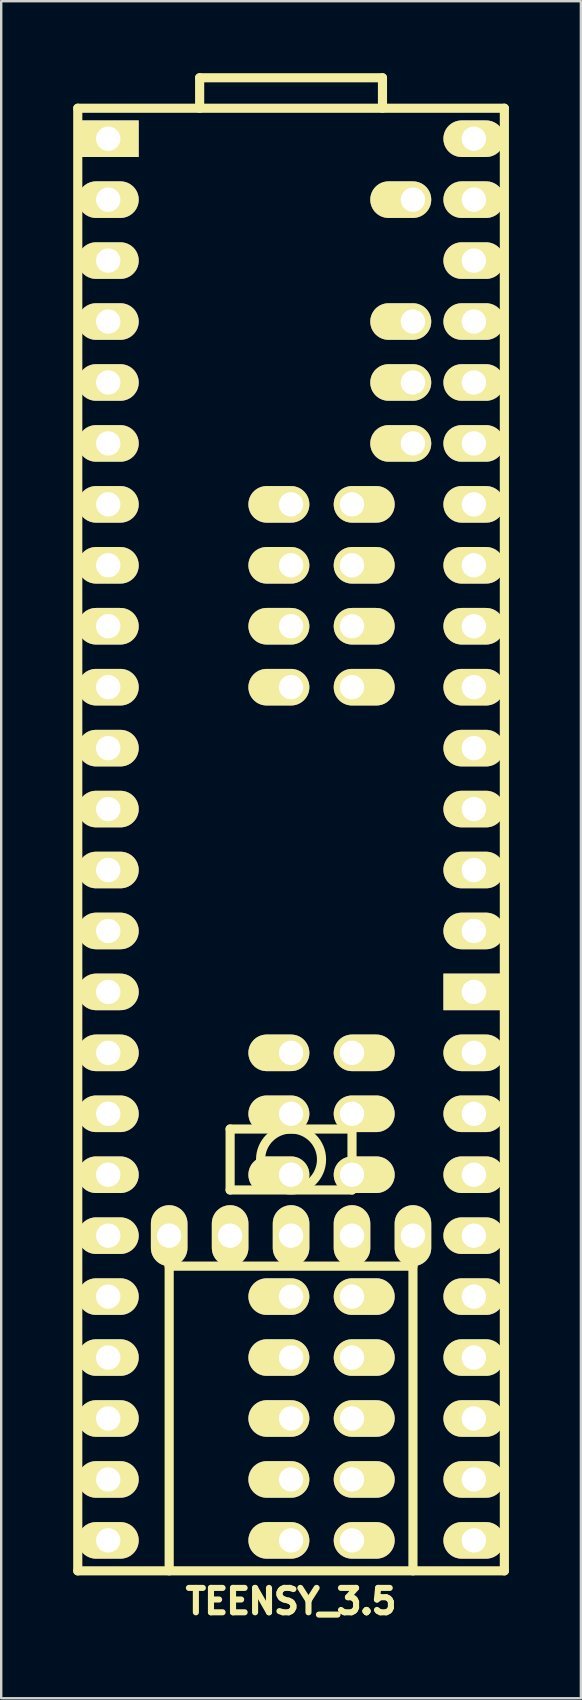
<source format=kicad_pcb>
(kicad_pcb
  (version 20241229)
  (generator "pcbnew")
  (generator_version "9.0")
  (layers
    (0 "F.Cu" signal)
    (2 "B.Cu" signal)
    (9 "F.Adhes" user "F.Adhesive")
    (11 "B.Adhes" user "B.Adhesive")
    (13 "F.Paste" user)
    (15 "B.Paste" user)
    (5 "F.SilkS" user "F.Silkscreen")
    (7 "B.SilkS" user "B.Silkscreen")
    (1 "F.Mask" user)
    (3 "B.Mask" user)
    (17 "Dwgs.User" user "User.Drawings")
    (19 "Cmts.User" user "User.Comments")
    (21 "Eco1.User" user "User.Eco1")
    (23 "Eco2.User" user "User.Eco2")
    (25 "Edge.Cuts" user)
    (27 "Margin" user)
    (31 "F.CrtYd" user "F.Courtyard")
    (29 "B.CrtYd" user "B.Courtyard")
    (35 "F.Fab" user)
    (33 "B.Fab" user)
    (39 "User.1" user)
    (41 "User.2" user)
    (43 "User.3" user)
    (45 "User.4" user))
  (footprint "TEENSY_3.5"
    (layer "F.Cu")
    (at 9.081 19.241)
    (property "Reference" "TEENSY_3.5" (at 0 44.45 0) (layer "F.SilkS") (effects (font (size 1.016 1.016) (thickness 0.254))))
    (attr through_hole)
    (fp_line (start -8.89 -17.78) (end -8.89 43.18) (stroke (width 0.381) (type solid)) (layer "F.SilkS"))
    (fp_line (start -8.89 43.18) (end 8.89 43.18) (stroke (width 0.381) (type solid)) (layer "F.SilkS"))
    (fp_line (start -5.08 30.48) (end 5.08 30.48) (stroke (width 0.381) (type solid)) (layer "F.SilkS"))
    (fp_line (start -5.08 43.18) (end -5.08 30.48) (stroke (width 0.381) (type solid)) (layer "F.SilkS"))
    (fp_line (start -3.81 -19.05) (end 3.81 -19.05) (stroke (width 0.381) (type solid)) (layer "F.SilkS"))
    (fp_line (start -3.81 -17.78) (end -3.81 -19.05) (stroke (width 0.381) (type solid)) (layer "F.SilkS"))
    (fp_line (start -2.54 24.765) (end -2.54 27.305) (stroke (width 0.381) (type solid)) (layer "F.SilkS"))
    (fp_line (start -2.54 27.305) (end 2.54 27.305) (stroke (width 0.381) (type solid)) (layer "F.SilkS"))
    (fp_line (start 2.54 24.765) (end -2.54 24.765) (stroke (width 0.381) (type solid)) (layer "F.SilkS"))
    (fp_line (start 2.54 27.305) (end 2.54 24.765) (stroke (width 0.381) (type solid)) (layer "F.SilkS"))
    (fp_line (start 3.81 -19.05) (end 3.81 -17.78) (stroke (width 0.381) (type solid)) (layer "F.SilkS"))
    (fp_line (start 5.08 30.48) (end 5.08 43.18) (stroke (width 0.381) (type solid)) (layer "F.SilkS"))
    (fp_line (start 8.89 -17.78) (end -8.89 -17.78) (stroke (width 0.381) (type solid)) (layer "F.SilkS"))
    (fp_line (start 8.89 -17.78) (end 8.89 43.18) (stroke (width 0.381) (type solid)) (layer "F.SilkS"))
    (fp_circle (center 0 26.035) (end 0 24.765) (stroke (width 0.381) (type solid)) (fill no) (layer "F.SilkS"))
    (pad "" thru_hole oval (at -7.62 19.05) (size 2.54 1.524) (drill 1.016) (layers "*.Cu" "*.Mask" "F.SilkS"))
    (pad "" thru_hole oval (at -5.08 29.21) (size 1.524 2.54) (drill 1.016) (layers "*.Cu" "*.Mask" "F.SilkS"))
    (pad "" thru_hole oval (at -2.54 29.21) (size 1.524 2.54) (drill 1.016) (layers "*.Cu" "*.Mask" "F.SilkS"))
    (pad "" thru_hole oval (at 0 -1.27) (size 2.54 1.524) (drill 1.016 (offset -0.508 0)) (layers "*.Cu" "*.Mask" "F.SilkS"))
    (pad "" thru_hole oval (at 0 1.27) (size 2.54 1.524) (drill 1.016 (offset -0.508 0)) (layers "*.Cu" "*.Mask" "F.SilkS"))
    (pad "" thru_hole oval (at 0 3.81) (size 2.54 1.524) (drill 1.016 (offset -0.508 0)) (layers "*.Cu" "*.Mask" "F.SilkS"))
    (pad "" thru_hole oval (at 0 6.35) (size 2.54 1.524) (drill 1.016 (offset -0.508 0)) (layers "*.Cu" "*.Mask" "F.SilkS"))
    (pad "" thru_hole oval (at 0 29.21) (size 1.524 2.54) (drill 1.016) (layers "*.Cu" "*.Mask" "F.SilkS"))
    (pad "" thru_hole oval (at 0 41.91) (size 2.54 1.524) (drill 1.016 (offset -0.508 0)) (layers "*.Cu" "*.Mask" "F.SilkS"))
    (pad "" thru_hole oval (at 2.54 41.91) (size 2.54 1.524) (drill 1.016 (offset 0.508 0)) (layers "*.Cu" "*.Mask" "F.SilkS"))
    (pad "" thru_hole rect (at 7.62 19.05) (size 2.54 1.524) (drill 1.016) (layers "*.Cu" "*.Mask" "F.SilkS"))
    (pad "0" thru_hole oval (at -7.62 -13.97) (size 2.54 1.524) (drill 1.016) (layers "*.Cu" "*.Mask" "F.SilkS"))
    (pad "1" thru_hole oval (at -7.62 -11.43) (size 2.54 1.524) (drill 1.016) (layers "*.Cu" "*.Mask" "F.SilkS"))
    (pad "2" thru_hole oval (at -7.62 -8.89) (size 2.54 1.524) (drill 1.016) (layers "*.Cu" "*.Mask" "F.SilkS"))
    (pad "3" thru_hole oval (at -7.62 -6.35) (size 2.54 1.524) (drill 1.016) (layers "*.Cu" "*.Mask" "F.SilkS"))
    (pad "3V3" thru_hole oval (at 7.62 -11.43) (size 2.54 1.524) (drill 1.016) (layers "*.Cu" "*.Mask" "F.SilkS"))
    (pad "4" thru_hole oval (at -7.62 -3.81) (size 2.54 1.524) (drill 1.016) (layers "*.Cu" "*.Mask" "F.SilkS"))
    (pad "5" thru_hole oval (at -7.62 -1.27) (size 2.54 1.524) (drill 1.016) (layers "*.Cu" "*.Mask" "F.SilkS"))
    (pad "6" thru_hole oval (at -7.62 1.27) (size 2.54 1.524) (drill 1.016) (layers "*.Cu" "*.Mask" "F.SilkS"))
    (pad "7" thru_hole oval (at -7.62 3.81) (size 2.54 1.524) (drill 1.016) (layers "*.Cu" "*.Mask" "F.SilkS"))
    (pad "8" thru_hole oval (at -7.62 6.35) (size 2.54 1.524) (drill 1.016) (layers "*.Cu" "*.Mask" "F.SilkS"))
    (pad "9" thru_hole oval (at -7.62 8.89) (size 2.54 1.524) (drill 1.016) (layers "*.Cu" "*.Mask" "F.SilkS"))
    (pad "10" thru_hole oval (at -7.62 11.43) (size 2.54 1.524) (drill 1.016) (layers "*.Cu" "*.Mask" "F.SilkS"))
    (pad "11" thru_hole oval (at -7.62 13.97) (size 2.54 1.524) (drill 1.016) (layers "*.Cu" "*.Mask" "F.SilkS"))
    (pad "12" thru_hole oval (at -7.62 16.51) (size 2.54 1.524) (drill 1.016) (layers "*.Cu" "*.Mask" "F.SilkS"))
    (pad "13" thru_hole oval (at 7.62 16.51) (size 2.54 1.524) (drill 1.016) (layers "*.Cu" "*.Mask" "F.SilkS"))
    (pad "14" thru_hole oval (at 7.62 13.97) (size 2.54 1.524) (drill 1.016) (layers "*.Cu" "*.Mask" "F.SilkS"))
    (pad "15" thru_hole oval (at 7.62 11.43) (size 2.54 1.524) (drill 1.016) (layers "*.Cu" "*.Mask" "F.SilkS"))
    (pad "16" thru_hole oval (at 7.62 8.89) (size 2.54 1.524) (drill 1.016) (layers "*.Cu" "*.Mask" "F.SilkS"))
    (pad "17" thru_hole oval (at 7.62 6.35) (size 2.54 1.524) (drill 1.016) (layers "*.Cu" "*.Mask" "F.SilkS"))
    (pad "18" thru_hole oval (at 7.62 3.81) (size 2.54 1.524) (drill 1.016) (layers "*.Cu" "*.Mask" "F.SilkS"))
    (pad "19" thru_hole oval (at 7.62 1.27) (size 2.54 1.524) (drill 1.016) (layers "*.Cu" "*.Mask" "F.SilkS"))
    (pad "20" thru_hole oval (at 7.62 -1.27) (size 2.54 1.524) (drill 1.016) (layers "*.Cu" "*.Mask" "F.SilkS"))
    (pad "21" thru_hole oval (at 7.62 -3.81) (size 2.54 1.524) (drill 1.016) (layers "*.Cu" "*.Mask" "F.SilkS"))
    (pad "22" thru_hole oval (at 7.62 -6.35) (size 2.54 1.524) (drill 1.016) (layers "*.Cu" "*.Mask" "F.SilkS"))
    (pad "23" thru_hole oval (at 7.62 -8.89) (size 2.54 1.524) (drill 1.016) (layers "*.Cu" "*.Mask" "F.SilkS"))
    (pad "24" thru_hole oval (at -7.62 21.59) (size 2.54 1.524) (drill 1.016) (layers "*.Cu" "*.Mask" "F.SilkS"))
    (pad "25" thru_hole oval (at -7.62 24.13) (size 2.54 1.524) (drill 1.016) (layers "*.Cu" "*.Mask" "F.SilkS"))
    (pad "26" thru_hole oval (at -7.62 26.67) (size 2.54 1.524) (drill 1.016) (layers "*.Cu" "*.Mask" "F.SilkS"))
    (pad "27" thru_hole oval (at -7.62 29.21) (size 2.54 1.524) (drill 1.016) (layers "*.Cu" "*.Mask" "F.SilkS"))
    (pad "28" thru_hole oval (at -7.62 31.75) (size 2.54 1.524) (drill 1.016) (layers "*.Cu" "*.Mask" "F.SilkS"))
    (pad "29" thru_hole oval (at -7.62 34.29) (size 2.54 1.524) (drill 1.016) (layers "*.Cu" "*.Mask" "F.SilkS"))
    (pad "30" thru_hole oval (at -7.62 36.83) (size 2.54 1.524) (drill 1.016) (layers "*.Cu" "*.Mask" "F.SilkS"))
    (pad "31" thru_hole oval (at -7.62 39.37) (size 2.54 1.524) (drill 1.016) (layers "*.Cu" "*.Mask" "F.SilkS"))
    (pad "32" thru_hole oval (at -7.62 41.91) (size 2.54 1.524) (drill 1.016) (layers "*.Cu" "*.Mask" "F.SilkS"))
    (pad "33" thru_hole oval (at 7.62 41.91) (size 2.54 1.524) (drill 1.016) (layers "*.Cu" "*.Mask" "F.SilkS"))
    (pad "34" thru_hole oval (at 7.62 39.37) (size 2.54 1.524) (drill 1.016) (layers "*.Cu" "*.Mask" "F.SilkS"))
    (pad "35" thru_hole oval (at 7.62 36.83) (size 2.54 1.524) (drill 1.016) (layers "*.Cu" "*.Mask" "F.SilkS"))
    (pad "36" thru_hole oval (at 7.62 34.29) (size 2.54 1.524) (drill 1.016) (layers "*.Cu" "*.Mask" "F.SilkS"))
    (pad "37" thru_hole oval (at 7.62 31.75) (size 2.54 1.524) (drill 1.016) (layers "*.Cu" "*.Mask" "F.SilkS"))
    (pad "38" thru_hole oval (at 7.62 29.21) (size 2.54 1.524) (drill 1.016) (layers "*.Cu" "*.Mask" "F.SilkS"))
    (pad "39" thru_hole oval (at 7.62 26.67) (size 2.54 1.524) (drill 1.016) (layers "*.Cu" "*.Mask" "F.SilkS"))
    (pad "40" thru_hole oval (at 0 21.59) (size 2.54 1.524) (drill 1.016 (offset -0.508 0)) (layers "*.Cu" "*.Mask" "F.SilkS"))
    (pad "41" thru_hole oval (at 0 24.13) (size 2.54 1.524) (drill 1.016 (offset -0.508 0)) (layers "*.Cu" "*.Mask" "F.SilkS"))
    (pad "42" thru_hole oval (at 0 26.67) (size 2.54 1.524) (drill 1.016 (offset -0.508 0)) (layers "*.Cu" "*.Mask" "F.SilkS"))
    (pad "43" thru_hole oval (at 0 31.75) (size 2.54 1.524) (drill 1.016 (offset -0.508 0)) (layers "*.Cu" "*.Mask" "F.SilkS"))
    (pad "44" thru_hole oval (at 0 34.29) (size 2.54 1.524) (drill 1.016 (offset -0.508 0)) (layers "*.Cu" "*.Mask" "F.SilkS"))
    (pad "45" thru_hole oval (at 0 36.83) (size 2.54 1.524) (drill 1.016 (offset -0.508 0)) (layers "*.Cu" "*.Mask" "F.SilkS"))
    (pad "46" thru_hole oval (at 0 39.37) (size 2.54 1.524) (drill 1.016 (offset -0.508 0)) (layers "*.Cu" "*.Mask" "F.SilkS"))
    (pad "47" thru_hole oval (at 2.54 39.37) (size 2.54 1.524) (drill 1.016 (offset 0.508 0)) (layers "*.Cu" "*.Mask" "F.SilkS"))
    (pad "48" thru_hole oval (at 2.54 36.83) (size 2.54 1.524) (drill 1.016 (offset 0.508 0)) (layers "*.Cu" "*.Mask" "F.SilkS"))
    (pad "49" thru_hole oval (at 2.54 34.29) (size 2.54 1.524) (drill 1.016 (offset 0.508 0)) (layers "*.Cu" "*.Mask" "F.SilkS"))
    (pad "50" thru_hole oval (at 2.54 31.75) (size 2.54 1.524) (drill 1.016 (offset 0.508 0)) (layers "*.Cu" "*.Mask" "F.SilkS"))
    (pad "51" thru_hole oval (at 2.54 26.67) (size 2.54 1.524) (drill 1.016 (offset 0.508 0)) (layers "*.Cu" "*.Mask" "F.SilkS"))
    (pad "52" thru_hole oval (at 2.54 24.13) (size 2.54 1.524) (drill 1.016 (offset 0.508 0)) (layers "*.Cu" "*.Mask" "F.SilkS"))
    (pad "53" thru_hole oval (at 2.54 21.59) (size 2.54 1.524) (drill 1.016 (offset 0.508 0)) (layers "*.Cu" "*.Mask" "F.SilkS"))
    (pad "54" thru_hole oval (at 2.54 6.35) (size 2.54 1.524) (drill 1.016 (offset 0.508 0)) (layers "*.Cu" "*.Mask" "F.SilkS"))
    (pad "55" thru_hole oval (at 2.54 3.81) (size 2.54 1.524) (drill 1.016 (offset 0.508 0)) (layers "*.Cu" "*.Mask" "F.SilkS"))
    (pad "56" thru_hole oval (at 2.54 1.27) (size 2.54 1.524) (drill 1.016 (offset 0.508 0)) (layers "*.Cu" "*.Mask" "F.SilkS"))
    (pad "57" thru_hole oval (at 2.54 -1.27) (size 2.54 1.524) (drill 1.016 (offset 0.508 0)) (layers "*.Cu" "*.Mask" "F.SilkS"))
    (pad "A10" thru_hole oval (at 5.08 -6.35) (size 2.54 1.524) (drill 1.016 (offset -0.508 0)) (layers "*.Cu" "*.Mask" "F.SilkS"))
    (pad "A11" thru_hole oval (at 5.08 -3.81) (size 2.54 1.524) (drill 1.016 (offset -0.508 0)) (layers "*.Cu" "*.Mask" "F.SilkS"))
    (pad "A21" thru_hole oval (at 7.62 24.13) (size 2.54 1.524) (drill 1.016) (layers "*.Cu" "*.Mask" "F.SilkS"))
    (pad "A22" thru_hole oval (at 7.62 21.59) (size 2.54 1.524) (drill 1.016) (layers "*.Cu" "*.Mask" "F.SilkS"))
    (pad "AGND" thru_hole oval (at 7.62 -13.97) (size 2.54 1.524) (drill 1.016) (layers "*.Cu" "*.Mask" "F.SilkS"))
    (pad "AREF" thru_hole oval (at 5.08 -8.89) (size 2.54 1.524) (drill 1.016 (offset -0.508 0)) (layers "*.Cu" "*.Mask" "F.SilkS"))
    (pad "GND" thru_hole rect (at -7.62 -16.51) (size 2.54 1.524) (drill 1.016) (layers "*.Cu" "*.Mask" "F.SilkS"))
    (pad "PROG" thru_hole oval (at 2.54 29.21) (size 1.524 2.54) (drill 1.016) (layers "*.Cu" "*.Mask" "F.SilkS"))
    (pad "RSET" thru_hole oval (at 5.08 29.21) (size 1.524 2.54) (drill 1.016) (layers "*.Cu" "*.Mask" "F.SilkS"))
    (pad "V_IN" thru_hole oval (at 7.62 -16.51) (size 2.54 1.524) (drill 1.016) (layers "*.Cu" "*.Mask" "F.SilkS"))
    (pad "V_U" thru_hole oval (at 5.08 -13.97) (size 2.54 1.524) (drill 1.016 (offset -0.508 0)) (layers "*.Cu" "*.Mask" "F.SilkS")))
  (gr_rect
    (start -3 -3)
    (end 21.161 67.731)
    (stroke (width 0.1) (type default))
    (fill no)
    (layer "Edge.Cuts")))
</source>
